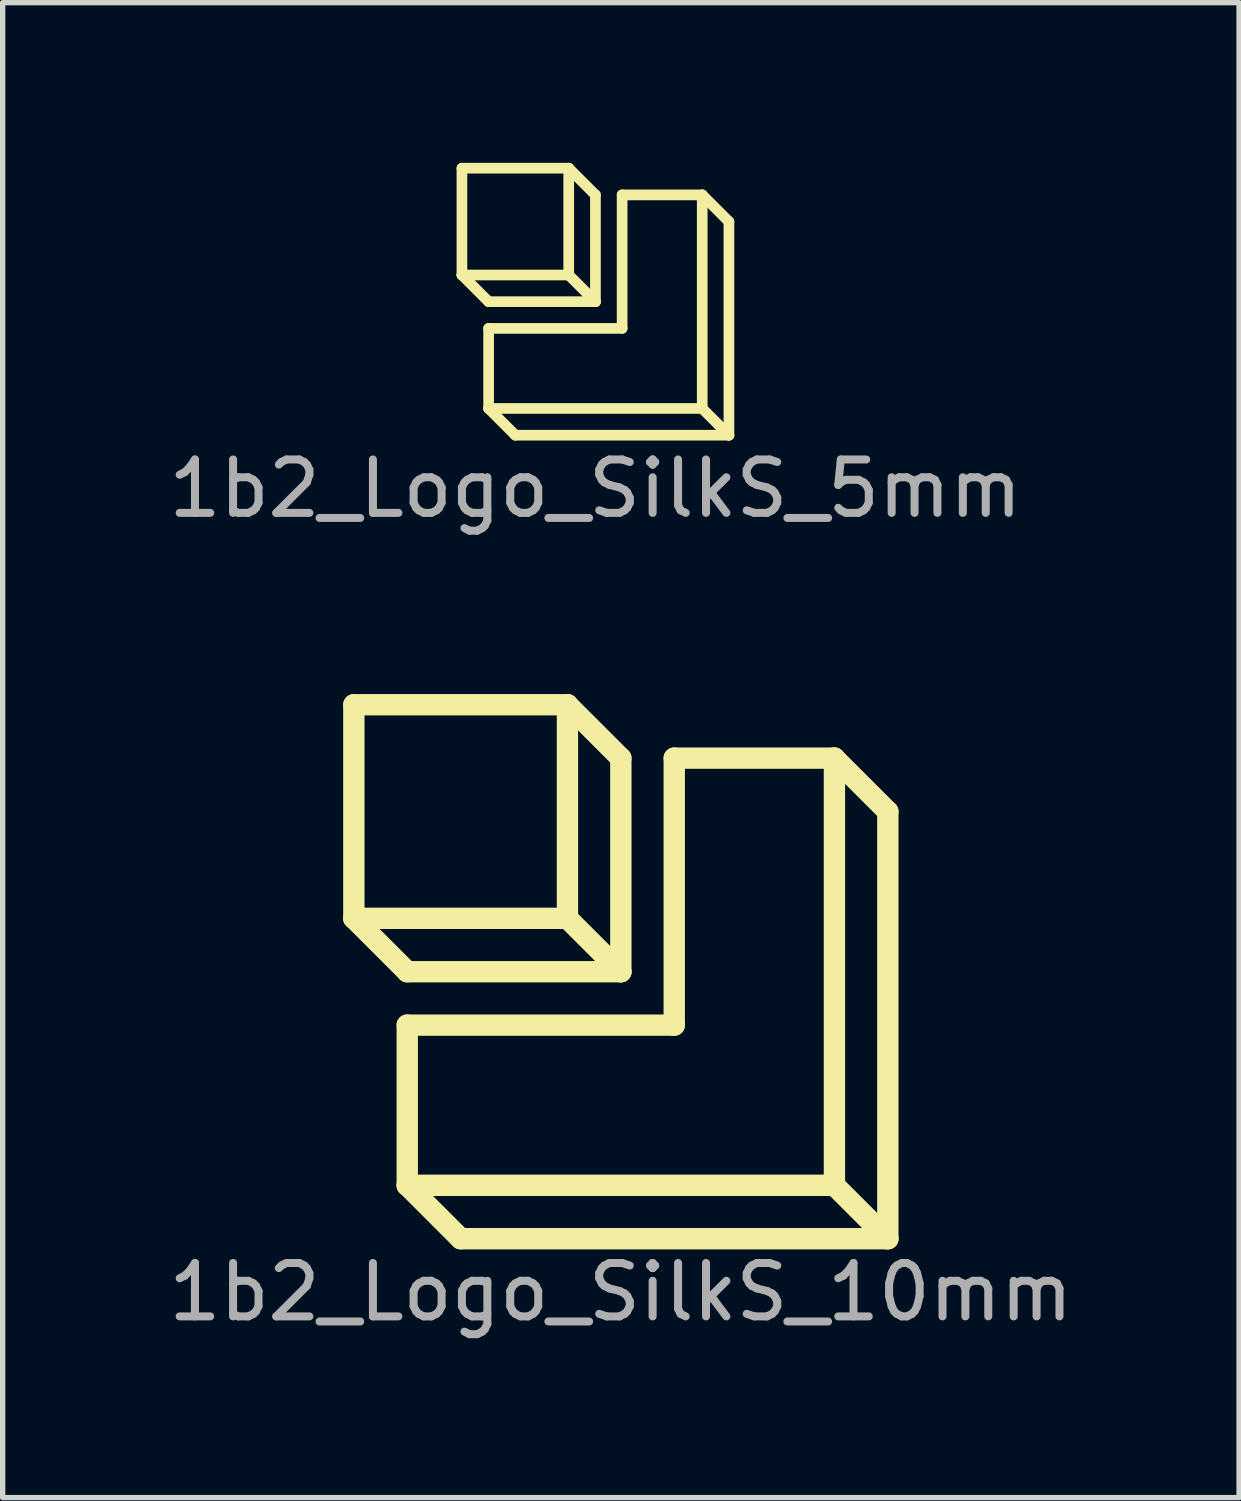
<source format=kicad_pcb>
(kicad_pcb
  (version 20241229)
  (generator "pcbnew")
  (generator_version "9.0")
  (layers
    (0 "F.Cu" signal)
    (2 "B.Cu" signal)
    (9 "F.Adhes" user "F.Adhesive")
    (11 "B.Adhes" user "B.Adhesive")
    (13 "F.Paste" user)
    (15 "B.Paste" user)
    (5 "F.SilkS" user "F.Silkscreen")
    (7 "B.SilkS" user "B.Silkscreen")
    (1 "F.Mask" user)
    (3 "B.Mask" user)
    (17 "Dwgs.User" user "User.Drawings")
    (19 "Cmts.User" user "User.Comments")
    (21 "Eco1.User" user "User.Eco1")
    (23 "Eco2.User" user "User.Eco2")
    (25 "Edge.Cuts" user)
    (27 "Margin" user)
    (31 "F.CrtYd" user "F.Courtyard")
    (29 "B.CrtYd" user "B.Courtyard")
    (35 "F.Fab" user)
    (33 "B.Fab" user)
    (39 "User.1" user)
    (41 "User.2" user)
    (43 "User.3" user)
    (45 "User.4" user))
  (footprint "1b2_Logo_SilkS_10mm"
    (layer "F.Cu")
    (at 8.577 15.148)
    (property "Reference" "1b2_Logo_SilkS_10mm" (at 0 6 0) (layer "F.Fab") (effects (font (size 1 1) (thickness 0.15))))
    (attr through_hole)
    (fp_line (start -5 -5) (end -5 -1) (stroke (width 0.4) (type solid)) (layer "F.SilkS"))
    (fp_line (start -5 -1) (end -4 0) (stroke (width 0.4) (type solid)) (layer "F.SilkS"))
    (fp_line (start -5 -1) (end -1 -1) (stroke (width 0.4) (type solid)) (layer "F.SilkS"))
    (fp_line (start -4 0) (end 0 0) (stroke (width 0.4) (type solid)) (layer "F.SilkS"))
    (fp_line (start -4 1) (end -4 4) (stroke (width 0.4) (type solid)) (layer "F.SilkS"))
    (fp_line (start -4 4) (end -3 5) (stroke (width 0.4) (type solid)) (layer "F.SilkS"))
    (fp_line (start -4 4) (end 4 4) (stroke (width 0.4) (type solid)) (layer "F.SilkS"))
    (fp_line (start -3 5) (end 5 5) (stroke (width 0.4) (type solid)) (layer "F.SilkS"))
    (fp_line (start -1 -5) (end -5 -5) (stroke (width 0.4) (type solid)) (layer "F.SilkS"))
    (fp_line (start -1 -5) (end 0 -4) (stroke (width 0.4) (type solid)) (layer "F.SilkS"))
    (fp_line (start -1 -1) (end -1 -5) (stroke (width 0.4) (type solid)) (layer "F.SilkS"))
    (fp_line (start 0 -4) (end 0 0) (stroke (width 0.4) (type solid)) (layer "F.SilkS"))
    (fp_line (start 0 0) (end -1 -1) (stroke (width 0.4) (type solid)) (layer "F.SilkS"))
    (fp_line (start 1 -4) (end 1 1) (stroke (width 0.4) (type solid)) (layer "F.SilkS"))
    (fp_line (start 1 1) (end -4 1) (stroke (width 0.4) (type solid)) (layer "F.SilkS"))
    (fp_line (start 4 -4) (end 1 -4) (stroke (width 0.4) (type solid)) (layer "F.SilkS"))
    (fp_line (start 4 -4) (end 5 -3) (stroke (width 0.4) (type solid)) (layer "F.SilkS"))
    (fp_line (start 4 4) (end 4 -4) (stroke (width 0.4) (type solid)) (layer "F.SilkS"))
    (fp_line (start 5 -3) (end 5 5) (stroke (width 0.4) (type solid)) (layer "F.SilkS"))
    (fp_line (start 5 5) (end 4 4) (stroke (width 0.4) (type solid)) (layer "F.SilkS")))
  (footprint "1b2_Logo_SilkS_5mm"
    (layer "F.Cu")
    (at 8.101 2.6)
    (property "Reference" "1b2_Logo_SilkS_5mm" (at 0 3.5 0) (layer "F.Fab") (effects (font (size 1 1) (thickness 0.15))))
    (attr through_hole)
    (fp_line (start -2.5 -2.5) (end -2.5 -0.5) (stroke (width 0.2) (type solid)) (layer "F.SilkS"))
    (fp_line (start -2.5 -0.5) (end -2 0) (stroke (width 0.2) (type solid)) (layer "F.SilkS"))
    (fp_line (start -2.5 -0.5) (end -0.5 -0.5) (stroke (width 0.2) (type solid)) (layer "F.SilkS"))
    (fp_line (start -2 0) (end 0 0) (stroke (width 0.2) (type solid)) (layer "F.SilkS"))
    (fp_line (start -2 0.5) (end -2 2) (stroke (width 0.2) (type solid)) (layer "F.SilkS"))
    (fp_line (start -2 2) (end -1.5 2.5) (stroke (width 0.2) (type solid)) (layer "F.SilkS"))
    (fp_line (start -2 2) (end 2 2) (stroke (width 0.2) (type solid)) (layer "F.SilkS"))
    (fp_line (start -1.5 2.5) (end 2.5 2.5) (stroke (width 0.2) (type solid)) (layer "F.SilkS"))
    (fp_line (start -0.5 -2.5) (end -2.5 -2.5) (stroke (width 0.2) (type solid)) (layer "F.SilkS"))
    (fp_line (start -0.5 -2.5) (end 0 -2) (stroke (width 0.2) (type solid)) (layer "F.SilkS"))
    (fp_line (start -0.5 -0.5) (end -0.5 -2.5) (stroke (width 0.2) (type solid)) (layer "F.SilkS"))
    (fp_line (start 0 -2) (end 0 0) (stroke (width 0.2) (type solid)) (layer "F.SilkS"))
    (fp_line (start 0 0) (end -0.5 -0.5) (stroke (width 0.2) (type solid)) (layer "F.SilkS"))
    (fp_line (start 0.5 -2) (end 0.5 0.5) (stroke (width 0.2) (type solid)) (layer "F.SilkS"))
    (fp_line (start 0.5 0.5) (end -2 0.5) (stroke (width 0.2) (type solid)) (layer "F.SilkS"))
    (fp_line (start 2 -2) (end 0.5 -2) (stroke (width 0.2) (type solid)) (layer "F.SilkS"))
    (fp_line (start 2 -2) (end 2.5 -1.5) (stroke (width 0.2) (type solid)) (layer "F.SilkS"))
    (fp_line (start 2 2) (end 2 -2) (stroke (width 0.2) (type solid)) (layer "F.SilkS"))
    (fp_line (start 2.5 -1.5) (end 2.5 2.5) (stroke (width 0.2) (type solid)) (layer "F.SilkS"))
    (fp_line (start 2.5 2.5) (end 2 2) (stroke (width 0.2) (type solid)) (layer "F.SilkS")))
  (gr_rect
    (start -3 -3)
    (end 20.155 24.997)
    (stroke (width 0.1) (type default))
    (fill no)
    (layer "Edge.Cuts")))
</source>
